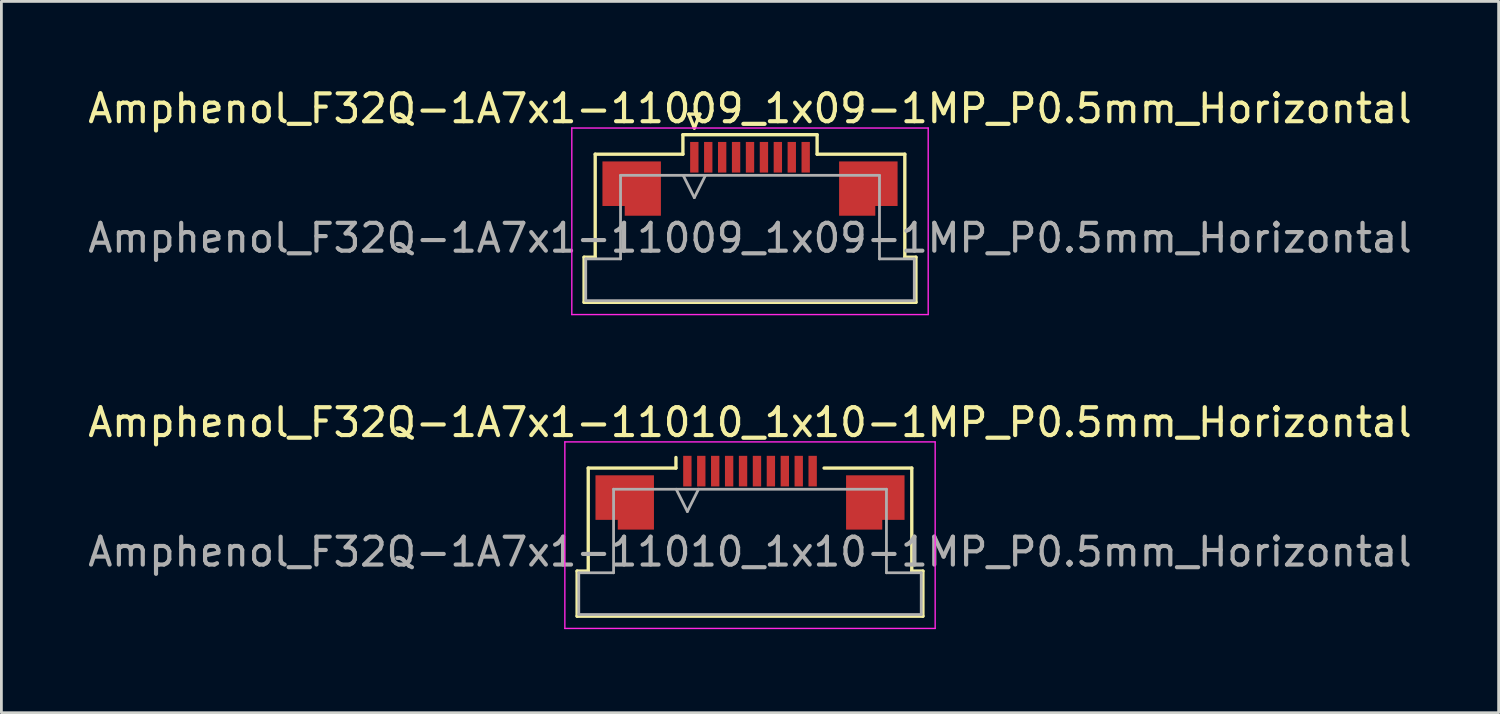
<source format=kicad_pcb>
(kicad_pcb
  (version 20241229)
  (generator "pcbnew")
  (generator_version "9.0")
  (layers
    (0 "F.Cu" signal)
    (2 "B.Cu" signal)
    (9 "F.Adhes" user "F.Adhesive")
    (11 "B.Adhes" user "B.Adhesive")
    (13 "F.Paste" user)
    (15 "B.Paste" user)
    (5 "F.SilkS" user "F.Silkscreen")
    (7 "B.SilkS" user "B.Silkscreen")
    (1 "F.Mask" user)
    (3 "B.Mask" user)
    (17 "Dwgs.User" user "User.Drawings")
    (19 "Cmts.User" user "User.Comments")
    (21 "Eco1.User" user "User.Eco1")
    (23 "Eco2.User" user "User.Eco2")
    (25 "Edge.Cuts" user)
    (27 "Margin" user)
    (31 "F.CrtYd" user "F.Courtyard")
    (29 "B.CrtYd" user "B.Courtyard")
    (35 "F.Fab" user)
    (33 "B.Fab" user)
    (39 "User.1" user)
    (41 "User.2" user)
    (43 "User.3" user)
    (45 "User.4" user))
  (footprint "Amphenol_F32Q-1A7x1-11009_1x09-1MP_P0.5mm_Horizontal"
    (layer "F.Cu")
    (at 23.887 5.498)
    (property "Reference" "Amphenol_F32Q-1A7x1-11009_1x09-1MP_P0.5mm_Horizontal" (at 0 -4.65 0) (layer "F.SilkS") (effects (font (size 1 1) (thickness 0.15))))
    (attr smd)
    (fp_line (start -5.96 0.69) (end -5.56 0.69) (stroke (width 0.12) (type solid)) (layer "F.SilkS"))
    (fp_line (start -5.96 2.31) (end -5.96 0.69) (stroke (width 0.12) (type solid)) (layer "F.SilkS"))
    (fp_line (start -5.56 -3.01) (end -2.41 -3.01) (stroke (width 0.12) (type solid)) (layer "F.SilkS"))
    (fp_line (start -5.56 0.69) (end -5.56 -3.01) (stroke (width 0.12) (type solid)) (layer "F.SilkS"))
    (fp_line (start -2.41 -3.71) (end 2.41 -3.71) (stroke (width 0.12) (type solid)) (layer "F.SilkS"))
    (fp_line (start -2.41 -3.01) (end -2.41 -3.71) (stroke (width 0.12) (type solid)) (layer "F.SilkS"))
    (fp_line (start -2.2 -4.45) (end -2 -3.95) (stroke (width 0.12) (type solid)) (layer "F.SilkS"))
    (fp_line (start -2 -3.95) (end -1.8 -4.45) (stroke (width 0.12) (type solid)) (layer "F.SilkS"))
    (fp_line (start -1.8 -4.45) (end -2.2 -4.45) (stroke (width 0.12) (type solid)) (layer "F.SilkS"))
    (fp_line (start 2.41 -3.71) (end 2.41 -3.01) (stroke (width 0.12) (type solid)) (layer "F.SilkS"))
    (fp_line (start 2.41 -3.01) (end 5.56 -3.01) (stroke (width 0.12) (type solid)) (layer "F.SilkS"))
    (fp_line (start 5.56 -3.01) (end 5.56 0.69) (stroke (width 0.12) (type solid)) (layer "F.SilkS"))
    (fp_line (start 5.56 0.69) (end 5.96 0.69) (stroke (width 0.12) (type solid)) (layer "F.SilkS"))
    (fp_line (start 5.96 0.69) (end 5.96 2.31) (stroke (width 0.12) (type solid)) (layer "F.SilkS"))
    (fp_line (start 5.96 2.31) (end -5.96 2.31) (stroke (width 0.12) (type solid)) (layer "F.SilkS"))
    (fp_line (start -6.4 -3.95) (end -6.4 2.75) (stroke (width 0.05) (type solid)) (layer "F.CrtYd"))
    (fp_line (start -6.4 2.75) (end 6.4 2.75) (stroke (width 0.05) (type solid)) (layer "F.CrtYd"))
    (fp_line (start 6.4 -3.95) (end -6.4 -3.95) (stroke (width 0.05) (type solid)) (layer "F.CrtYd"))
    (fp_line (start 6.4 2.75) (end 6.4 -3.95) (stroke (width 0.05) (type solid)) (layer "F.CrtYd"))
    (fp_line (start -5.9 0.75) (end -4.65 0.75) (stroke (width 0.1) (type solid)) (layer "F.Fab"))
    (fp_line (start -5.9 2.25) (end -5.9 0.75) (stroke (width 0.1) (type solid)) (layer "F.Fab"))
    (fp_line (start -4.65 -2.25) (end 4.65 -2.25) (stroke (width 0.1) (type solid)) (layer "F.Fab"))
    (fp_line (start -4.65 0.75) (end -4.65 -2.25) (stroke (width 0.1) (type solid)) (layer "F.Fab"))
    (fp_line (start -2.4 -2.25) (end -2 -1.45) (stroke (width 0.1) (type solid)) (layer "F.Fab"))
    (fp_line (start -2 -1.45) (end -1.6 -2.25) (stroke (width 0.1) (type solid)) (layer "F.Fab"))
    (fp_line (start 4.65 -2.25) (end 4.65 0.75) (stroke (width 0.1) (type solid)) (layer "F.Fab"))
    (fp_line (start 4.65 0.75) (end 5.9 0.75) (stroke (width 0.1) (type solid)) (layer "F.Fab"))
    (fp_line (start 5.9 0.75) (end 5.9 2.25) (stroke (width 0.1) (type solid)) (layer "F.Fab"))
    (fp_line (start 5.9 2.25) (end -5.9 2.25) (stroke (width 0.1) (type solid)) (layer "F.Fab"))
    (fp_text user "${REFERENCE}" (at 0 0 0) (layer "F.Fab") (effects (font (size 1 1) (thickness 0.15))))
    (pad "1" smd rect (at -2 -2.9) (size 0.3 1.1) (layers "F.Cu" "F.Mask" "F.Paste"))
    (pad "2" smd rect (at -1.5 -2.9) (size 0.3 1.1) (layers "F.Cu" "F.Mask" "F.Paste"))
    (pad "3" smd rect (at -1 -2.9) (size 0.3 1.1) (layers "F.Cu" "F.Mask" "F.Paste"))
    (pad "4" smd rect (at -0.5 -2.9) (size 0.3 1.1) (layers "F.Cu" "F.Mask" "F.Paste"))
    (pad "5" smd rect (at 0 -2.9) (size 0.3 1.1) (layers "F.Cu" "F.Mask" "F.Paste"))
    (pad "6" smd rect (at 0.5 -2.9) (size 0.3 1.1) (layers "F.Cu" "F.Mask" "F.Paste"))
    (pad "7" smd rect (at 1 -2.9) (size 0.3 1.1) (layers "F.Cu" "F.Mask" "F.Paste"))
    (pad "8" smd rect (at 1.5 -2.9) (size 0.3 1.1) (layers "F.Cu" "F.Mask" "F.Paste"))
    (pad "9" smd rect (at 2 -2.9) (size 0.3 1.1) (layers "F.Cu" "F.Mask" "F.Paste"))
    (pad "MP" smd custom (at -4.25 -1.775) (size 1 1) (layers "F.Cu" "F.Mask" "F.Paste") (options (anchor circle)) (primitives (gr_poly (pts (xy 1.05 -0.975) (xy 1.05 0.975) (xy -0.25 0.975) (xy -0.25 0.625) (xy -1.05 0.625) (xy -1.05 -0.975) (xy 1.05 -0.975)) (width 0) (fill yes))))
    (pad "MP" smd custom (at 4.25 -1.775) (size 1 1) (layers "F.Cu" "F.Mask" "F.Paste") (options (anchor circle)) (primitives (gr_poly (pts (xy -1.05 -0.975) (xy -1.05 0.975) (xy 0.25 0.975) (xy 0.25 0.625) (xy 1.05 0.625) (xy 1.05 -0.975) (xy -1.05 -0.975)) (width 0) (fill yes)))))
  (footprint "Amphenol_F32Q-1A7x1-11010_1x10-1MP_P0.5mm_Horizontal"
    (layer "F.Cu")
    (at 23.887 16.771)
    (property "Reference" "Amphenol_F32Q-1A7x1-11010_1x10-1MP_P0.5mm_Horizontal" (at 0 -4.65 0) (layer "F.SilkS") (effects (font (size 1 1) (thickness 0.15))))
    (attr smd)
    (fp_line (start -6.21 0.69) (end -5.81 0.69) (stroke (width 0.12) (type solid)) (layer "F.SilkS"))
    (fp_line (start -6.21 2.31) (end -6.21 0.69) (stroke (width 0.12) (type solid)) (layer "F.SilkS"))
    (fp_line (start -5.81 -3.01) (end -2.66 -3.01) (stroke (width 0.12) (type solid)) (layer "F.SilkS"))
    (fp_line (start -5.81 0.69) (end -5.81 -3.01) (stroke (width 0.12) (type solid)) (layer "F.SilkS"))
    (fp_line (start -2.66 -3.01) (end -2.66 -3.39) (stroke (width 0.12) (type solid)) (layer "F.SilkS"))
    (fp_line (start 2.66 -3.01) (end 5.81 -3.01) (stroke (width 0.12) (type solid)) (layer "F.SilkS"))
    (fp_line (start 5.81 -3.01) (end 5.81 0.69) (stroke (width 0.12) (type solid)) (layer "F.SilkS"))
    (fp_line (start 5.81 0.69) (end 6.21 0.69) (stroke (width 0.12) (type solid)) (layer "F.SilkS"))
    (fp_line (start 6.21 0.69) (end 6.21 2.31) (stroke (width 0.12) (type solid)) (layer "F.SilkS"))
    (fp_line (start 6.21 2.31) (end -6.21 2.31) (stroke (width 0.12) (type solid)) (layer "F.SilkS"))
    (fp_line (start -6.65 -3.95) (end -6.65 2.75) (stroke (width 0.05) (type solid)) (layer "F.CrtYd"))
    (fp_line (start -6.65 2.75) (end 6.65 2.75) (stroke (width 0.05) (type solid)) (layer "F.CrtYd"))
    (fp_line (start 6.65 -3.95) (end -6.65 -3.95) (stroke (width 0.05) (type solid)) (layer "F.CrtYd"))
    (fp_line (start 6.65 2.75) (end 6.65 -3.95) (stroke (width 0.05) (type solid)) (layer "F.CrtYd"))
    (fp_line (start -6.15 0.75) (end -4.9 0.75) (stroke (width 0.1) (type solid)) (layer "F.Fab"))
    (fp_line (start -6.15 2.25) (end -6.15 0.75) (stroke (width 0.1) (type solid)) (layer "F.Fab"))
    (fp_line (start -4.9 -2.25) (end 4.9 -2.25) (stroke (width 0.1) (type solid)) (layer "F.Fab"))
    (fp_line (start -4.9 0.75) (end -4.9 -2.25) (stroke (width 0.1) (type solid)) (layer "F.Fab"))
    (fp_line (start -2.65 -2.25) (end -2.25 -1.45) (stroke (width 0.1) (type solid)) (layer "F.Fab"))
    (fp_line (start -2.25 -1.45) (end -1.85 -2.25) (stroke (width 0.1) (type solid)) (layer "F.Fab"))
    (fp_line (start 4.9 -2.25) (end 4.9 0.75) (stroke (width 0.1) (type solid)) (layer "F.Fab"))
    (fp_line (start 4.9 0.75) (end 6.15 0.75) (stroke (width 0.1) (type solid)) (layer "F.Fab"))
    (fp_line (start 6.15 0.75) (end 6.15 2.25) (stroke (width 0.1) (type solid)) (layer "F.Fab"))
    (fp_line (start 6.15 2.25) (end -6.15 2.25) (stroke (width 0.1) (type solid)) (layer "F.Fab"))
    (fp_text user "${REFERENCE}" (at 0 0 0) (layer "F.Fab") (effects (font (size 1 1) (thickness 0.15))))
    (pad "1" smd rect (at -2.25 -2.9) (size 0.3 1.1) (layers "F.Cu" "F.Mask" "F.Paste"))
    (pad "2" smd rect (at -1.75 -2.9) (size 0.3 1.1) (layers "F.Cu" "F.Mask" "F.Paste"))
    (pad "3" smd rect (at -1.25 -2.9) (size 0.3 1.1) (layers "F.Cu" "F.Mask" "F.Paste"))
    (pad "4" smd rect (at -0.75 -2.9) (size 0.3 1.1) (layers "F.Cu" "F.Mask" "F.Paste"))
    (pad "5" smd rect (at -0.25 -2.9) (size 0.3 1.1) (layers "F.Cu" "F.Mask" "F.Paste"))
    (pad "6" smd rect (at 0.25 -2.9) (size 0.3 1.1) (layers "F.Cu" "F.Mask" "F.Paste"))
    (pad "7" smd rect (at 0.75 -2.9) (size 0.3 1.1) (layers "F.Cu" "F.Mask" "F.Paste"))
    (pad "8" smd rect (at 1.25 -2.9) (size 0.3 1.1) (layers "F.Cu" "F.Mask" "F.Paste"))
    (pad "9" smd rect (at 1.75 -2.9) (size 0.3 1.1) (layers "F.Cu" "F.Mask" "F.Paste"))
    (pad "10" smd rect (at 2.25 -2.9) (size 0.3 1.1) (layers "F.Cu" "F.Mask" "F.Paste"))
    (pad "MP" smd custom (at -4.5 -1.775) (size 1 1) (layers "F.Cu" "F.Mask" "F.Paste") (options (anchor circle)) (primitives (gr_poly (pts (xy 1.05 -0.975) (xy 1.05 0.975) (xy -0.25 0.975) (xy -0.25 0.625) (xy -1.05 0.625) (xy -1.05 -0.975) (xy 1.05 -0.975)) (width 0) (fill yes))))
    (pad "MP" smd custom (at 4.5 -1.775) (size 1 1) (layers "F.Cu" "F.Mask" "F.Paste") (options (anchor circle)) (primitives (gr_poly (pts (xy -1.05 -0.975) (xy -1.05 0.975) (xy 0.25 0.975) (xy 0.25 0.625) (xy 1.05 0.625) (xy 1.05 -0.975) (xy -1.05 -0.975)) (width 0) (fill yes)))))
  (gr_rect
    (start -3 -3)
    (end 50.774 22.547)
    (stroke (width 0.1) (type default))
    (fill no)
    (layer "Edge.Cuts")))
</source>
